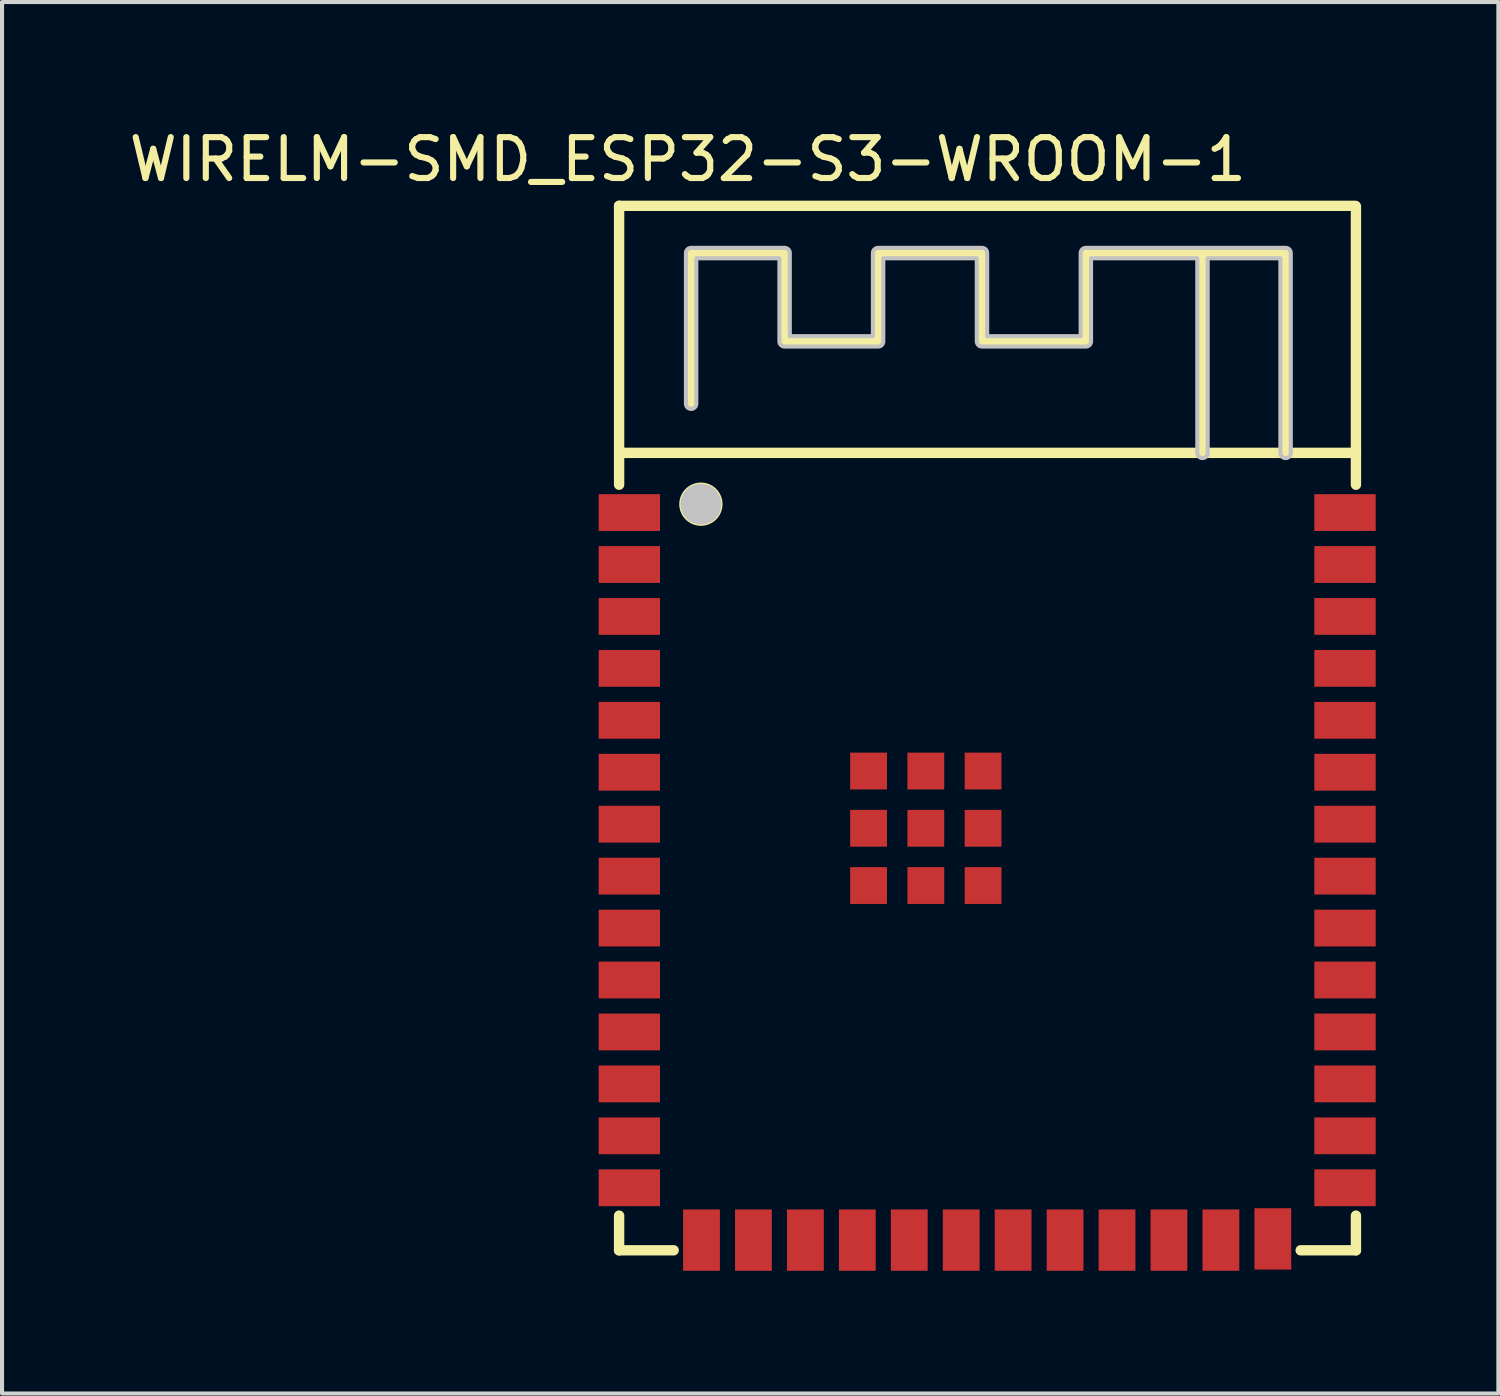
<source format=kicad_pcb>
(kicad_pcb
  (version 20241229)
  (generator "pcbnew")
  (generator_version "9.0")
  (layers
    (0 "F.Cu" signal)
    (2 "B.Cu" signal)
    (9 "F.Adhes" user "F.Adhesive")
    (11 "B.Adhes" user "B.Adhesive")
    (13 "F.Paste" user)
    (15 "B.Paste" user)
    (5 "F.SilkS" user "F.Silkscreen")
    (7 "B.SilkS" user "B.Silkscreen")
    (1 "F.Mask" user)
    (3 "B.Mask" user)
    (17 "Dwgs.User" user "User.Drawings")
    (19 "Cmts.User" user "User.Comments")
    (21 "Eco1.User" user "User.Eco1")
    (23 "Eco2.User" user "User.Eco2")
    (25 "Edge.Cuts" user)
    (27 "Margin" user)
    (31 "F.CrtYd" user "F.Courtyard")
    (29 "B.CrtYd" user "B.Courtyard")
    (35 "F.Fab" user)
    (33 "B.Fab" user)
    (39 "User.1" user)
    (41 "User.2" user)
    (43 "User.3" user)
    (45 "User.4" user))
  (footprint "WIRELM-SMD_ESP32-S3-WROOM-1"
    (layer "F.Cu")
    (at 21.088 18.378)
    (property "Reference" "WIRELM-SMD_ESP32-S3-WROOM-1" (at -7.32 -17.53 0) (layer "F.SilkS") (effects (font (size 1 1) (thickness 0.15))))
    (fp_line (start -9 -16.395) (end -9 -9.576) (stroke (width 0.254) (type default)) (layer "F.SilkS"))
    (fp_line (start -9 -10.355) (end 9.017 -10.355) (stroke (width 0.254) (type default)) (layer "F.SilkS"))
    (fp_line (start -9 8.296) (end -9 9.144) (stroke (width 0.254) (type default)) (layer "F.SilkS"))
    (fp_line (start -9 9.144) (end -7.666 9.144) (stroke (width 0.254) (type default)) (layer "F.SilkS"))
    (fp_line (start -7.239 -15.24) (end -7.239 -11.557) (stroke (width 0.254) (type default)) (layer "F.SilkS"))
    (fp_line (start -4.953 -15.24) (end -7.239 -15.24) (stroke (width 0.254) (type default)) (layer "F.SilkS"))
    (fp_line (start -4.953 -13.081) (end -4.953 -15.24) (stroke (width 0.254) (type default)) (layer "F.SilkS"))
    (fp_line (start -2.667 -15.24) (end -2.667 -13.081) (stroke (width 0.254) (type default)) (layer "F.SilkS"))
    (fp_line (start -2.667 -13.081) (end -4.953 -13.081) (stroke (width 0.254) (type default)) (layer "F.SilkS"))
    (fp_line (start -0.127 -15.24) (end -2.667 -15.24) (stroke (width 0.254) (type default)) (layer "F.SilkS"))
    (fp_line (start -0.127 -13.081) (end -0.127 -15.24) (stroke (width 0.254) (type default)) (layer "F.SilkS"))
    (fp_line (start 2.413 -15.24) (end 2.413 -13.081) (stroke (width 0.254) (type default)) (layer "F.SilkS"))
    (fp_line (start 2.413 -13.081) (end -0.127 -13.081) (stroke (width 0.254) (type default)) (layer "F.SilkS"))
    (fp_line (start 5.265 -15.24) (end 2.413 -15.24) (stroke (width 0.254) (type default)) (layer "F.SilkS"))
    (fp_line (start 5.265 -10.355) (end 5.265 -15.24) (stroke (width 0.254) (type default)) (layer "F.SilkS"))
    (fp_line (start 7.297 -15.24) (end 5.062 -15.24) (stroke (width 0.254) (type default)) (layer "F.SilkS"))
    (fp_line (start 7.297 -10.355) (end 7.297 -15.24) (stroke (width 0.254) (type default)) (layer "F.SilkS"))
    (fp_line (start 7.666 9.144) (end 9.017 9.144) (stroke (width 0.254) (type default)) (layer "F.SilkS"))
    (fp_line (start 9 -16.395) (end -9 -16.395) (stroke (width 0.254) (type default)) (layer "F.SilkS"))
    (fp_line (start 9.017 -9.576) (end 9.017 -16.383) (stroke (width 0.254) (type default)) (layer "F.SilkS"))
    (fp_line (start 9.017 9.144) (end 9.017 8.296) (stroke (width 0.254) (type default)) (layer "F.SilkS"))
    (fp_poly (pts (arc (start -7.5285 -9.1) (mid -7 -9.6285) (end -6.4715 -9.1)) (arc (start -6.4715 -9.1) (mid -7 -8.5715) (end -7.5285 -9.1))) (stroke (width 0) (type default)) (fill yes) (layer "F.SilkS"))
    (fp_circle (center -7 -9.1) (end -6.75 -9.1) (stroke (width 0.5) (type default)) (fill no) (layer "Dwgs.User"))
    (fp_poly (pts (xy -7.239 -15.367) (xy -7.255 -15.366) (xy -7.272 -15.363) (xy -7.287 -15.357) (xy -7.303 -15.35) (xy -7.316 -15.341) (xy -7.329 -15.33) (xy -7.34 -15.318) (xy -7.349 -15.303) (xy -7.356 -15.289) (xy -7.362 -15.273) (xy -7.365 -15.257) (xy -7.366 -15.24) (xy -7.366 -11.557) (xy -7.365 -11.54) (xy -7.362 -11.524) (xy -7.356 -11.508) (xy -7.349 -11.493) (xy -7.34 -11.479) (xy -7.329 -11.467) (xy -7.316 -11.456) (xy -7.303 -11.447) (xy -7.287 -11.44) (xy -7.272 -11.434) (xy -7.255 -11.431) (xy -7.239 -11.43) (xy -7.223 -11.431) (xy -7.206 -11.434) (xy -7.191 -11.44) (xy -7.176 -11.447) (xy -7.162 -11.456) (xy -7.149 -11.467) (xy -7.138 -11.479) (xy -7.129 -11.493) (xy -7.122 -11.508) (xy -7.117 -11.524) (xy -7.113 -11.54) (xy -7.112 -11.557) (xy -7.112 -15.113) (xy -5.08 -15.113) (xy -5.08 -13.081) (xy -5.079 -13.065) (xy -5.075 -13.048) (xy -5.071 -13.033) (xy -5.063 -13.018) (xy -5.054 -13.004) (xy -5.043 -12.991) (xy -5.03 -12.98) (xy -5.016 -12.971) (xy -5.002 -12.963) (xy -4.986 -12.959) (xy -4.97 -12.955) (xy -4.953 -12.954) (xy -2.667 -12.954) (xy -2.651 -12.955) (xy -2.634 -12.959) (xy -2.619 -12.963) (xy -2.603 -12.971) (xy -2.59 -12.98) (xy -2.577 -12.991) (xy -2.566 -13.004) (xy -2.557 -13.018) (xy -2.55 -13.033) (xy -2.545 -13.048) (xy -2.541 -13.065) (xy -2.54 -13.081) (xy -2.54 -15.113) (xy -0.254 -15.113) (xy -0.254 -13.081) (xy -0.253 -13.065) (xy -0.249 -13.048) (xy -0.244 -13.033) (xy -0.237 -13.018) (xy -0.228 -13.004) (xy -0.217 -12.991) (xy -0.204 -12.98) (xy -0.191 -12.971) (xy -0.175 -12.963) (xy -0.16 -12.959) (xy -0.143 -12.955) (xy -0.127 -12.954) (xy 2.413 -12.954) (xy 2.429 -12.955) (xy 2.446 -12.959) (xy 2.462 -12.963) (xy 2.477 -12.971) (xy 2.49 -12.98) (xy 2.503 -12.991) (xy 2.514 -13.004) (xy 2.523 -13.018) (xy 2.53 -13.033) (xy 2.535 -13.048) (xy 2.539 -13.065) (xy 2.54 -13.081) (xy 2.54 -15.113) (xy 5.062 -15.113) (xy 5.138 -15.113) (xy 5.138 -10.355) (xy 5.139 -10.339) (xy 5.143 -10.322) (xy 5.148 -10.307) (xy 5.155 -10.292) (xy 5.165 -10.278) (xy 5.176 -10.265) (xy 5.188 -10.255) (xy 5.202 -10.245) (xy 5.216 -10.238) (xy 5.232 -10.232) (xy 5.248 -10.229) (xy 5.265 -10.229) (xy 5.282 -10.229) (xy 5.298 -10.232) (xy 5.314 -10.238) (xy 5.329 -10.245) (xy 5.343 -10.255) (xy 5.355 -10.265) (xy 5.366 -10.278) (xy 5.375 -10.292) (xy 5.383 -10.307) (xy 5.388 -10.322) (xy 5.391 -10.339) (xy 5.392 -10.355) (xy 5.392 -15.113) (xy 7.17 -15.113) (xy 7.17 -10.355) (xy 7.171 -10.339) (xy 7.175 -10.322) (xy 7.18 -10.307) (xy 7.187 -10.292) (xy 7.197 -10.278) (xy 7.207 -10.265) (xy 7.22 -10.255) (xy 7.234 -10.245) (xy 7.248 -10.238) (xy 7.264 -10.232) (xy 7.28 -10.229) (xy 7.297 -10.229) (xy 7.314 -10.229) (xy 7.33 -10.232) (xy 7.346 -10.238) (xy 7.361 -10.245) (xy 7.375 -10.255) (xy 7.387 -10.265) (xy 7.398 -10.278) (xy 7.407 -10.292) (xy 7.415 -10.307) (xy 7.42 -10.322) (xy 7.423 -10.339) (xy 7.424 -10.355) (xy 7.424 -15.24) (xy 7.423 -15.257) (xy 7.42 -15.273) (xy 7.415 -15.289) (xy 7.407 -15.303) (xy 7.398 -15.318) (xy 7.387 -15.33) (xy 7.375 -15.341) (xy 7.361 -15.35) (xy 7.346 -15.357) (xy 7.33 -15.363) (xy 7.314 -15.366) (xy 7.297 -15.367) (xy 5.265 -15.367) (xy 5.062 -15.367) (xy 2.413 -15.367) (xy 2.397 -15.366) (xy 2.38 -15.363) (xy 2.365 -15.357) (xy 2.349 -15.35) (xy 2.336 -15.341) (xy 2.323 -15.33) (xy 2.312 -15.318) (xy 2.303 -15.303) (xy 2.296 -15.289) (xy 2.291 -15.273) (xy 2.287 -15.257) (xy 2.286 -15.24) (xy 2.286 -13.208) (xy 0 -13.208) (xy 0 -15.24) (xy -0.001 -15.257) (xy -0.004 -15.273) (xy -0.009 -15.289) (xy -0.017 -15.303) (xy -0.026 -15.318) (xy -0.037 -15.33) (xy -0.05 -15.341) (xy -0.064 -15.35) (xy -0.079 -15.357) (xy -0.094 -15.363) (xy -0.111 -15.366) (xy -0.127 -15.367) (xy -2.667 -15.367) (xy -2.683 -15.366) (xy -2.7 -15.363) (xy -2.716 -15.357) (xy -2.731 -15.35) (xy -2.744 -15.341) (xy -2.757 -15.33) (xy -2.768 -15.318) (xy -2.777 -15.303) (xy -2.784 -15.289) (xy -2.789 -15.273) (xy -2.793 -15.257) (xy -2.794 -15.24) (xy -2.794 -13.208) (xy -4.826 -13.208) (xy -4.826 -15.24) (xy -4.827 -15.257) (xy -4.83 -15.273) (xy -4.835 -15.289) (xy -4.843 -15.303) (xy -4.852 -15.318) (xy -4.863 -15.33) (xy -4.875 -15.341) (xy -4.889 -15.35) (xy -4.904 -15.357) (xy -4.92 -15.363) (xy -4.936 -15.366) (xy -4.953 -15.367)) (stroke (width 0.1) (type default)) (fill no) (layer "Dwgs.User"))
    (fp_poly (pts (xy -9 -9.345) (xy -8.1 -9.345) (xy -8.1 -8.445) (xy -9 -8.445)) (stroke (width 0.1) (type default)) (fill no) (layer "User.1"))
    (fp_poly (pts (xy -9 -8.075) (xy -8.1 -8.075) (xy -8.1 -7.175) (xy -9 -7.175)) (stroke (width 0.1) (type default)) (fill no) (layer "User.1"))
    (fp_poly (pts (xy -9 -6.805) (xy -8.1 -6.805) (xy -8.1 -5.905) (xy -9 -5.905)) (stroke (width 0.1) (type default)) (fill no) (layer "User.1"))
    (fp_poly (pts (xy -9 -5.535) (xy -8.1 -5.535) (xy -8.1 -4.635) (xy -9 -4.635)) (stroke (width 0.1) (type default)) (fill no) (layer "User.1"))
    (fp_poly (pts (xy -9 -4.265) (xy -8.1 -4.265) (xy -8.1 -3.365) (xy -9 -3.365)) (stroke (width 0.1) (type default)) (fill no) (layer "User.1"))
    (fp_poly (pts (xy -9 -2.995) (xy -8.1 -2.995) (xy -8.1 -2.095) (xy -9 -2.095)) (stroke (width 0.1) (type default)) (fill no) (layer "User.1"))
    (fp_poly (pts (xy -9 -1.725) (xy -8.1 -1.725) (xy -8.1 -0.825) (xy -9 -0.825)) (stroke (width 0.1) (type default)) (fill no) (layer "User.1"))
    (fp_poly (pts (xy -9 -0.455) (xy -8.1 -0.455) (xy -8.1 0.445) (xy -9 0.445)) (stroke (width 0.1) (type default)) (fill no) (layer "User.1"))
    (fp_poly (pts (xy -9 0.815) (xy -8.1 0.815) (xy -8.1 1.715) (xy -9 1.715)) (stroke (width 0.1) (type default)) (fill no) (layer "User.1"))
    (fp_poly (pts (xy -9 2.085) (xy -8.1 2.085) (xy -8.1 2.985) (xy -9 2.985)) (stroke (width 0.1) (type default)) (fill no) (layer "User.1"))
    (fp_poly (pts (xy -9 3.355) (xy -8.1 3.355) (xy -8.1 4.255) (xy -9 4.255)) (stroke (width 0.1) (type default)) (fill no) (layer "User.1"))
    (fp_poly (pts (xy -9 4.625) (xy -8.1 4.625) (xy -8.1 5.525) (xy -9 5.525)) (stroke (width 0.1) (type default)) (fill no) (layer "User.1"))
    (fp_poly (pts (xy -9 5.895) (xy -8.1 5.895) (xy -8.1 6.795) (xy -9 6.795)) (stroke (width 0.1) (type default)) (fill no) (layer "User.1"))
    (fp_poly (pts (xy -9 7.165) (xy -8.1 7.165) (xy -8.1 8.065) (xy -9 8.065)) (stroke (width 0.1) (type default)) (fill no) (layer "User.1"))
    (fp_poly (pts (xy -6.535 8.205) (xy -6.535 9.105) (xy -7.435 9.105) (xy -7.435 8.205)) (stroke (width 0.1) (type default)) (fill no) (layer "User.1"))
    (fp_poly (pts (xy -5.265 8.205) (xy -5.265 9.105) (xy -6.165 9.105) (xy -6.165 8.205)) (stroke (width 0.1) (type default)) (fill no) (layer "User.1"))
    (fp_poly (pts (xy -3.995 8.205) (xy -3.995 9.105) (xy -4.895 9.105) (xy -4.895 8.205)) (stroke (width 0.1) (type default)) (fill no) (layer "User.1"))
    (fp_poly (pts (xy -3.35 -2.125) (xy -3.35 -3.025) (xy -2.45 -3.025) (xy -2.45 -2.125)) (stroke (width 0.1) (type default)) (fill no) (layer "User.1"))
    (fp_poly (pts (xy -3.35 -0.725) (xy -3.35 -1.625) (xy -2.45 -1.625) (xy -2.45 -0.725)) (stroke (width 0.1) (type default)) (fill no) (layer "User.1"))
    (fp_poly (pts (xy -3.35 0.675) (xy -3.35 -0.225) (xy -2.45 -0.225) (xy -2.45 0.675)) (stroke (width 0.1) (type default)) (fill no) (layer "User.1"))
    (fp_poly (pts (xy -2.725 8.205) (xy -2.725 9.105) (xy -3.625 9.105) (xy -3.625 8.205)) (stroke (width 0.1) (type default)) (fill no) (layer "User.1"))
    (fp_poly (pts (xy -1.95 -2.125) (xy -1.95 -3.025) (xy -1.05 -3.025) (xy -1.05 -2.125)) (stroke (width 0.1) (type default)) (fill no) (layer "User.1"))
    (fp_poly (pts (xy -1.95 -0.725) (xy -1.95 -1.625) (xy -1.05 -1.625) (xy -1.05 -0.725)) (stroke (width 0.1) (type default)) (fill no) (layer "User.1"))
    (fp_poly (pts (xy -1.95 0.675) (xy -1.95 -0.225) (xy -1.05 -0.225) (xy -1.05 0.675)) (stroke (width 0.1) (type default)) (fill no) (layer "User.1"))
    (fp_poly (pts (xy -1.455 8.205) (xy -1.455 9.105) (xy -2.355 9.105) (xy -2.355 8.205)) (stroke (width 0.1) (type default)) (fill no) (layer "User.1"))
    (fp_poly (pts (xy -0.55 -2.125) (xy -0.55 -3.025) (xy 0.35 -3.025) (xy 0.35 -2.125)) (stroke (width 0.1) (type default)) (fill no) (layer "User.1"))
    (fp_poly (pts (xy -0.55 -0.725) (xy -0.55 -1.625) (xy 0.35 -1.625) (xy 0.35 -0.725)) (stroke (width 0.1) (type default)) (fill no) (layer "User.1"))
    (fp_poly (pts (xy -0.55 0.675) (xy -0.55 -0.225) (xy 0.35 -0.225) (xy 0.35 0.675)) (stroke (width 0.1) (type default)) (fill no) (layer "User.1"))
    (fp_poly (pts (xy -0.185 8.205) (xy -0.185 9.105) (xy -1.085 9.105) (xy -1.085 8.205)) (stroke (width 0.1) (type default)) (fill no) (layer "User.1"))
    (fp_poly (pts (xy 1.085 8.205) (xy 1.085 9.105) (xy 0.185 9.105) (xy 0.185 8.205)) (stroke (width 0.1) (type default)) (fill no) (layer "User.1"))
    (fp_poly (pts (xy 2.355 8.205) (xy 2.355 9.105) (xy 1.455 9.105) (xy 1.455 8.205)) (stroke (width 0.1) (type default)) (fill no) (layer "User.1"))
    (fp_poly (pts (xy 3.625 8.205) (xy 3.625 9.105) (xy 2.725 9.105) (xy 2.725 8.205)) (stroke (width 0.1) (type default)) (fill no) (layer "User.1"))
    (fp_poly (pts (xy 4.895 8.205) (xy 4.895 9.105) (xy 3.995 9.105) (xy 3.995 8.205)) (stroke (width 0.1) (type default)) (fill no) (layer "User.1"))
    (fp_poly (pts (xy 6.165 8.205) (xy 6.165 9.105) (xy 5.265 9.105) (xy 5.265 8.205)) (stroke (width 0.1) (type default)) (fill no) (layer "User.1"))
    (fp_poly (pts (xy 7.435 8.205) (xy 7.435 9.105) (xy 6.535 9.105) (xy 6.535 8.205)) (stroke (width 0.1) (type default)) (fill no) (layer "User.1"))
    (fp_poly (pts (xy 9 -8.445) (xy 8.1 -8.445) (xy 8.1 -9.345) (xy 9 -9.345)) (stroke (width 0.1) (type default)) (fill no) (layer "User.1"))
    (fp_poly (pts (xy 9 -7.175) (xy 8.1 -7.175) (xy 8.1 -8.075) (xy 9 -8.075)) (stroke (width 0.1) (type default)) (fill no) (layer "User.1"))
    (fp_poly (pts (xy 9 -5.905) (xy 8.1 -5.905) (xy 8.1 -6.805) (xy 9 -6.805)) (stroke (width 0.1) (type default)) (fill no) (layer "User.1"))
    (fp_poly (pts (xy 9 -4.635) (xy 8.1 -4.635) (xy 8.1 -5.535) (xy 9 -5.535)) (stroke (width 0.1) (type default)) (fill no) (layer "User.1"))
    (fp_poly (pts (xy 9 -3.365) (xy 8.1 -3.365) (xy 8.1 -4.265) (xy 9 -4.265)) (stroke (width 0.1) (type default)) (fill no) (layer "User.1"))
    (fp_poly (pts (xy 9 -2.095) (xy 8.1 -2.095) (xy 8.1 -2.995) (xy 9 -2.995)) (stroke (width 0.1) (type default)) (fill no) (layer "User.1"))
    (fp_poly (pts (xy 9 -0.825) (xy 8.1 -0.825) (xy 8.1 -1.725) (xy 9 -1.725)) (stroke (width 0.1) (type default)) (fill no) (layer "User.1"))
    (fp_poly (pts (xy 9 0.445) (xy 8.1 0.445) (xy 8.1 -0.455) (xy 9 -0.455)) (stroke (width 0.1) (type default)) (fill no) (layer "User.1"))
    (fp_poly (pts (xy 9 1.715) (xy 8.1 1.715) (xy 8.1 0.815) (xy 9 0.815)) (stroke (width 0.1) (type default)) (fill no) (layer "User.1"))
    (fp_poly (pts (xy 9 2.985) (xy 8.1 2.985) (xy 8.1 2.085) (xy 9 2.085)) (stroke (width 0.1) (type default)) (fill no) (layer "User.1"))
    (fp_poly (pts (xy 9 4.255) (xy 8.1 4.255) (xy 8.1 3.355) (xy 9 3.355)) (stroke (width 0.1) (type default)) (fill no) (layer "User.1"))
    (fp_poly (pts (xy 9 5.525) (xy 8.1 5.525) (xy 8.1 4.625) (xy 9 4.625)) (stroke (width 0.1) (type default)) (fill no) (layer "User.1"))
    (fp_poly (pts (xy 9 6.795) (xy 8.1 6.795) (xy 8.1 5.895) (xy 9 5.895)) (stroke (width 0.1) (type default)) (fill no) (layer "User.1"))
    (fp_poly (pts (xy 9 8.065) (xy 8.1 8.065) (xy 8.1 7.165) (xy 9 7.165)) (stroke (width 0.1) (type default)) (fill no) (layer "User.1"))
    (fp_line (start -9 -16.395) (end 9 -16.395) (stroke (width 0.051) (type default)) (layer "User.2"))
    (fp_line (start -9 9.105) (end -9 -16.395) (stroke (width 0.051) (type default)) (layer "User.2"))
    (fp_line (start 9 -16.395) (end 9 9.105) (stroke (width 0.051) (type default)) (layer "User.2"))
    (fp_line (start 9 9.105) (end -9 9.105) (stroke (width 0.051) (type default)) (layer "User.2"))
    (fp_poly (pts (xy -8.94 -16.395) (xy -8.958 -16.437) (xy -9 -16.455) (xy -9.042 -16.437) (xy -9.06 -16.395) (xy -9.042 -16.353) (xy -9 -16.335) (xy -8.958 -16.353)) (stroke (width 0.1) (type default)) (fill no) (layer "User.3"))
    (pad "1" smd rect (at -8.75 -8.895) (size 1.5 0.9) (layers "F.Cu" "F.Mask" "F.Paste"))
    (pad "2" smd rect (at -8.75 -7.625) (size 1.5 0.9) (layers "F.Cu" "F.Mask" "F.Paste"))
    (pad "3" smd rect (at -8.75 -6.355) (size 1.5 0.9) (layers "F.Cu" "F.Mask" "F.Paste"))
    (pad "4" smd rect (at -8.75 -5.085) (size 1.5 0.9) (layers "F.Cu" "F.Mask" "F.Paste"))
    (pad "5" smd rect (at -8.75 -3.815) (size 1.5 0.9) (layers "F.Cu" "F.Mask" "F.Paste"))
    (pad "6" smd rect (at -8.75 -2.545) (size 1.5 0.9) (layers "F.Cu" "F.Mask" "F.Paste"))
    (pad "7" smd rect (at -8.75 -1.275) (size 1.5 0.9) (layers "F.Cu" "F.Mask" "F.Paste"))
    (pad "8" smd rect (at -8.75 -0.005) (size 1.5 0.9) (layers "F.Cu" "F.Mask" "F.Paste"))
    (pad "9" smd rect (at -8.75 1.265) (size 1.5 0.9) (layers "F.Cu" "F.Mask" "F.Paste"))
    (pad "10" smd rect (at -8.75 2.535) (size 1.5 0.9) (layers "F.Cu" "F.Mask" "F.Paste"))
    (pad "11" smd rect (at -8.75 3.805) (size 1.5 0.9) (layers "F.Cu" "F.Mask" "F.Paste"))
    (pad "12" smd rect (at -8.75 5.075) (size 1.5 0.9) (layers "F.Cu" "F.Mask" "F.Paste"))
    (pad "13" smd rect (at -8.75 6.345) (size 1.5 0.9) (layers "F.Cu" "F.Mask" "F.Paste"))
    (pad "14" smd rect (at -8.75 7.615) (size 1.5 0.9) (layers "F.Cu" "F.Mask" "F.Paste"))
    (pad "15" smd rect (at -6.985 8.895 90) (size 1.5 0.9) (layers "F.Cu" "F.Mask" "F.Paste"))
    (pad "16" smd rect (at -5.715 8.895 90) (size 1.5 0.9) (layers "F.Cu" "F.Mask" "F.Paste"))
    (pad "17" smd rect (at -4.445 8.895 90) (size 1.5 0.9) (layers "F.Cu" "F.Mask" "F.Paste"))
    (pad "18" smd rect (at -3.175 8.895 90) (size 1.5 0.9) (layers "F.Cu" "F.Mask" "F.Paste"))
    (pad "19" smd rect (at -1.905 8.895 90) (size 1.5 0.9) (layers "F.Cu" "F.Mask" "F.Paste"))
    (pad "20" smd rect (at -0.635 8.895 90) (size 1.5 0.9) (layers "F.Cu" "F.Mask" "F.Paste"))
    (pad "21" smd rect (at 0.635 8.895 90) (size 1.5 0.9) (layers "F.Cu" "F.Mask" "F.Paste"))
    (pad "22" smd rect (at 1.905 8.895 90) (size 1.5 0.9) (layers "F.Cu" "F.Mask" "F.Paste"))
    (pad "23" smd rect (at 3.175 8.895 90) (size 1.5 0.9) (layers "F.Cu" "F.Mask" "F.Paste"))
    (pad "24" smd rect (at 4.445 8.895 90) (size 1.5 0.9) (layers "F.Cu" "F.Mask" "F.Paste"))
    (pad "25" smd rect (at 5.715 8.895 90) (size 1.5 0.9) (layers "F.Cu" "F.Mask" "F.Paste"))
    (pad "26" smd rect (at 6.985 8.865 90) (size 1.5 0.9) (layers "F.Cu" "F.Mask" "F.Paste"))
    (pad "27" smd rect (at 8.75 7.615 180) (size 1.5 0.9) (layers "F.Cu" "F.Mask" "F.Paste"))
    (pad "28" smd rect (at 8.75 6.345 180) (size 1.5 0.9) (layers "F.Cu" "F.Mask" "F.Paste"))
    (pad "29" smd rect (at 8.75 5.075 180) (size 1.5 0.9) (layers "F.Cu" "F.Mask" "F.Paste"))
    (pad "30" smd rect (at 8.75 3.805 180) (size 1.5 0.9) (layers "F.Cu" "F.Mask" "F.Paste"))
    (pad "31" smd rect (at 8.75 2.535 180) (size 1.5 0.9) (layers "F.Cu" "F.Mask" "F.Paste"))
    (pad "32" smd rect (at 8.75 1.265 180) (size 1.5 0.9) (layers "F.Cu" "F.Mask" "F.Paste"))
    (pad "33" smd rect (at 8.75 -0.005 180) (size 1.5 0.9) (layers "F.Cu" "F.Mask" "F.Paste"))
    (pad "34" smd rect (at 8.75 -1.275 180) (size 1.5 0.9) (layers "F.Cu" "F.Mask" "F.Paste"))
    (pad "35" smd rect (at 8.75 -2.545 180) (size 1.5 0.9) (layers "F.Cu" "F.Mask" "F.Paste"))
    (pad "36" smd rect (at 8.75 -3.815 180) (size 1.5 0.9) (layers "F.Cu" "F.Mask" "F.Paste"))
    (pad "37" smd rect (at 8.75 -5.085 180) (size 1.5 0.9) (layers "F.Cu" "F.Mask" "F.Paste"))
    (pad "38" smd rect (at 8.75 -6.355 180) (size 1.5 0.9) (layers "F.Cu" "F.Mask" "F.Paste"))
    (pad "39" smd rect (at 8.75 -7.625 180) (size 1.5 0.9) (layers "F.Cu" "F.Mask" "F.Paste"))
    (pad "40" smd rect (at 8.75 -8.895 180) (size 1.5 0.9) (layers "F.Cu" "F.Mask" "F.Paste"))
    (pad "41" smd rect (at -2.9 -2.575 90) (size 0.9 0.9) (layers "F.Cu" "F.Mask" "F.Paste"))
    (pad "41" smd rect (at -2.9 -1.175 90) (size 0.9 0.9) (layers "F.Cu" "F.Mask" "F.Paste"))
    (pad "41" smd rect (at -2.9 0.225 90) (size 0.9 0.9) (layers "F.Cu" "F.Mask" "F.Paste"))
    (pad "41" smd rect (at -1.5 -2.575 90) (size 0.9 0.9) (layers "F.Cu" "F.Mask" "F.Paste"))
    (pad "41" smd rect (at -1.5 -1.175 90) (size 0.9 0.9) (layers "F.Cu" "F.Mask" "F.Paste"))
    (pad "41" smd rect (at -1.5 0.225 90) (size 0.9 0.9) (layers "F.Cu" "F.Mask" "F.Paste"))
    (pad "41" smd rect (at -0.1 -2.575 90) (size 0.9 0.9) (layers "F.Cu" "F.Mask" "F.Paste"))
    (pad "41" smd rect (at -0.1 -1.175 90) (size 0.9 0.9) (layers "F.Cu" "F.Mask" "F.Paste"))
    (pad "41" smd rect (at -0.1 0.225 90) (size 0.9 0.9) (layers "F.Cu" "F.Mask" "F.Paste")))
  (gr_rect
    (start -3 -3)
    (end 33.588 31.023)
    (stroke (width 0.1) (type default))
    (fill no)
    (layer "Edge.Cuts")))
</source>
